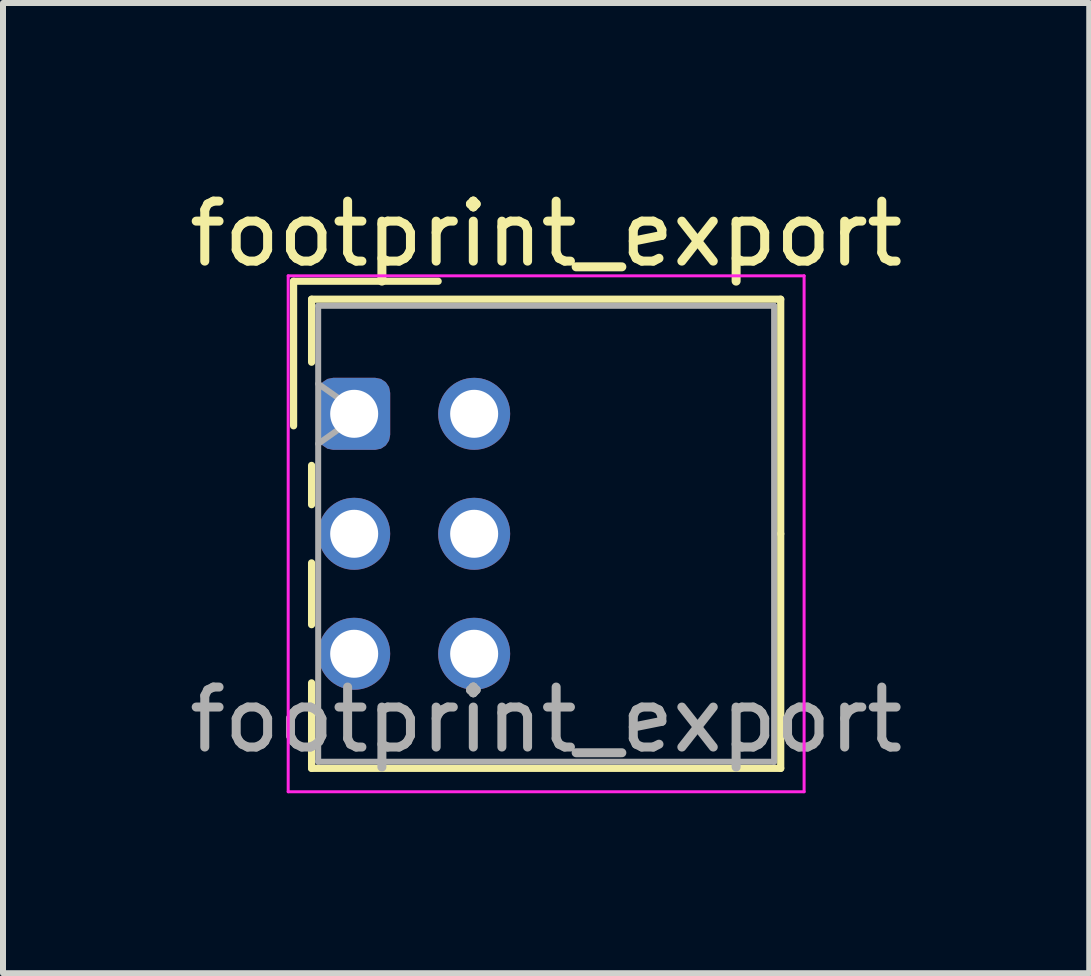
<source format=kicad_pcb>
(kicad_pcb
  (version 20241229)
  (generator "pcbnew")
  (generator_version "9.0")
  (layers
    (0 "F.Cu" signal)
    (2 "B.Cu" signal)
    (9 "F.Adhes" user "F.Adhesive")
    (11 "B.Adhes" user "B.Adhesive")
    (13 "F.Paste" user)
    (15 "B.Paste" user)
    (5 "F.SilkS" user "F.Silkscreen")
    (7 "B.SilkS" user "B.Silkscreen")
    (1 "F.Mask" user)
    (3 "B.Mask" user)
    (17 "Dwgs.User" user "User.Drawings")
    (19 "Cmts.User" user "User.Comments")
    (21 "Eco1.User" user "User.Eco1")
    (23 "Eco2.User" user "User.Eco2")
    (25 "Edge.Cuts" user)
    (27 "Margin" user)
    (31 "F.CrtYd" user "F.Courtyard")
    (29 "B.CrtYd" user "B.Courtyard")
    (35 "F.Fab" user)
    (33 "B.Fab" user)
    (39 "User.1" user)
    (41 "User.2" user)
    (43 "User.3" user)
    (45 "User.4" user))
  (footprint "footprint_export"
    (layer "F.Cu")
    (at 2.854 3.848)
    (property "Reference" "footprint_export" (at 3.2 -3 0) (layer "F.SilkS") (effects (font (size 1 1) (thickness 0.15))))
    (attr through_hole)
    (fp_line (start -1.01 -2.21) (end -1.01 0.2) (stroke (width 0.12) (type solid)) (layer "F.SilkS"))
    (fp_line (start -0.71 -1.91) (end -0.71 -0.86) (stroke (width 0.12) (type solid)) (layer "F.SilkS"))
    (fp_line (start -0.71 -1.91) (end 7.11 -1.91) (stroke (width 0.12) (type solid)) (layer "F.SilkS"))
    (fp_line (start -0.71 0.86) (end -0.71 1.515) (stroke (width 0.12) (type solid)) (layer "F.SilkS"))
    (fp_line (start -0.71 2.485) (end -0.71 3.515) (stroke (width 0.12) (type solid)) (layer "F.SilkS"))
    (fp_line (start -0.71 4.485) (end -0.71 5.91) (stroke (width 0.12) (type solid)) (layer "F.SilkS"))
    (fp_line (start -0.71 5.91) (end 7.11 5.91) (stroke (width 0.12) (type solid)) (layer "F.SilkS"))
    (fp_line (start 1.4 -2.21) (end -1.01 -2.21) (stroke (width 0.12) (type solid)) (layer "F.SilkS"))
    (fp_line (start 7.11 -1.91) (end 7.11 2) (stroke (width 0.12) (type solid)) (layer "F.SilkS"))
    (fp_line (start 7.11 5.91) (end 7.11 2) (stroke (width 0.12) (type solid)) (layer "F.SilkS"))
    (fp_line (start -1.1 -2.3) (end -1.1 6.3) (stroke (width 0.05) (type solid)) (layer "F.CrtYd"))
    (fp_line (start -1.1 6.3) (end 7.5 6.3) (stroke (width 0.05) (type solid)) (layer "F.CrtYd"))
    (fp_line (start 7.5 -2.3) (end -1.1 -2.3) (stroke (width 0.05) (type solid)) (layer "F.CrtYd"))
    (fp_line (start 7.5 6.3) (end 7.5 -2.3) (stroke (width 0.05) (type solid)) (layer "F.CrtYd"))
    (fp_line (start -0.6 -1.8) (end -0.6 5.8) (stroke (width 0.1) (type solid)) (layer "F.Fab"))
    (fp_line (start -0.6 0.5) (end 0.107 0) (stroke (width 0.1) (type solid)) (layer "F.Fab"))
    (fp_line (start -0.6 5.8) (end 7 5.8) (stroke (width 0.1) (type solid)) (layer "F.Fab"))
    (fp_line (start 0.107 0) (end -0.6 -0.5) (stroke (width 0.1) (type solid)) (layer "F.Fab"))
    (fp_line (start 7 -1.8) (end -0.6 -1.8) (stroke (width 0.1) (type solid)) (layer "F.Fab"))
    (fp_line (start 7 5.8) (end 7 -1.8) (stroke (width 0.1) (type solid)) (layer "F.Fab"))
    (fp_text user "${REFERENCE}" (at 3.2 5.1 0) (layer "F.Fab") (effects (font (size 1 1) (thickness 0.15))))
    (pad "a1" thru_hole roundrect (at 0 0) (size 1.2 1.2) (drill 0.8) (layers "*.Cu" "*.Mask") (roundrect_rratio 0.208))
    (pad "a2" thru_hole circle (at 0 2) (size 1.2 1.2) (drill 0.8) (layers "*.Cu" "*.Mask"))
    (pad "a3" thru_hole circle (at 0 4) (size 1.2 1.2) (drill 0.8) (layers "*.Cu" "*.Mask"))
    (pad "b1" thru_hole circle (at 2 0) (size 1.2 1.2) (drill 0.8) (layers "*.Cu" "*.Mask"))
    (pad "b2" thru_hole circle (at 2 2) (size 1.2 1.2) (drill 0.8) (layers "*.Cu" "*.Mask"))
    (pad "b3" thru_hole circle (at 2 4) (size 1.2 1.2) (drill 0.8) (layers "*.Cu" "*.Mask")))
  (gr_rect
    (start -3 -3)
    (end 15.107 13.173)
    (stroke (width 0.1) (type default))
    (fill no)
    (layer "Edge.Cuts")))
</source>
